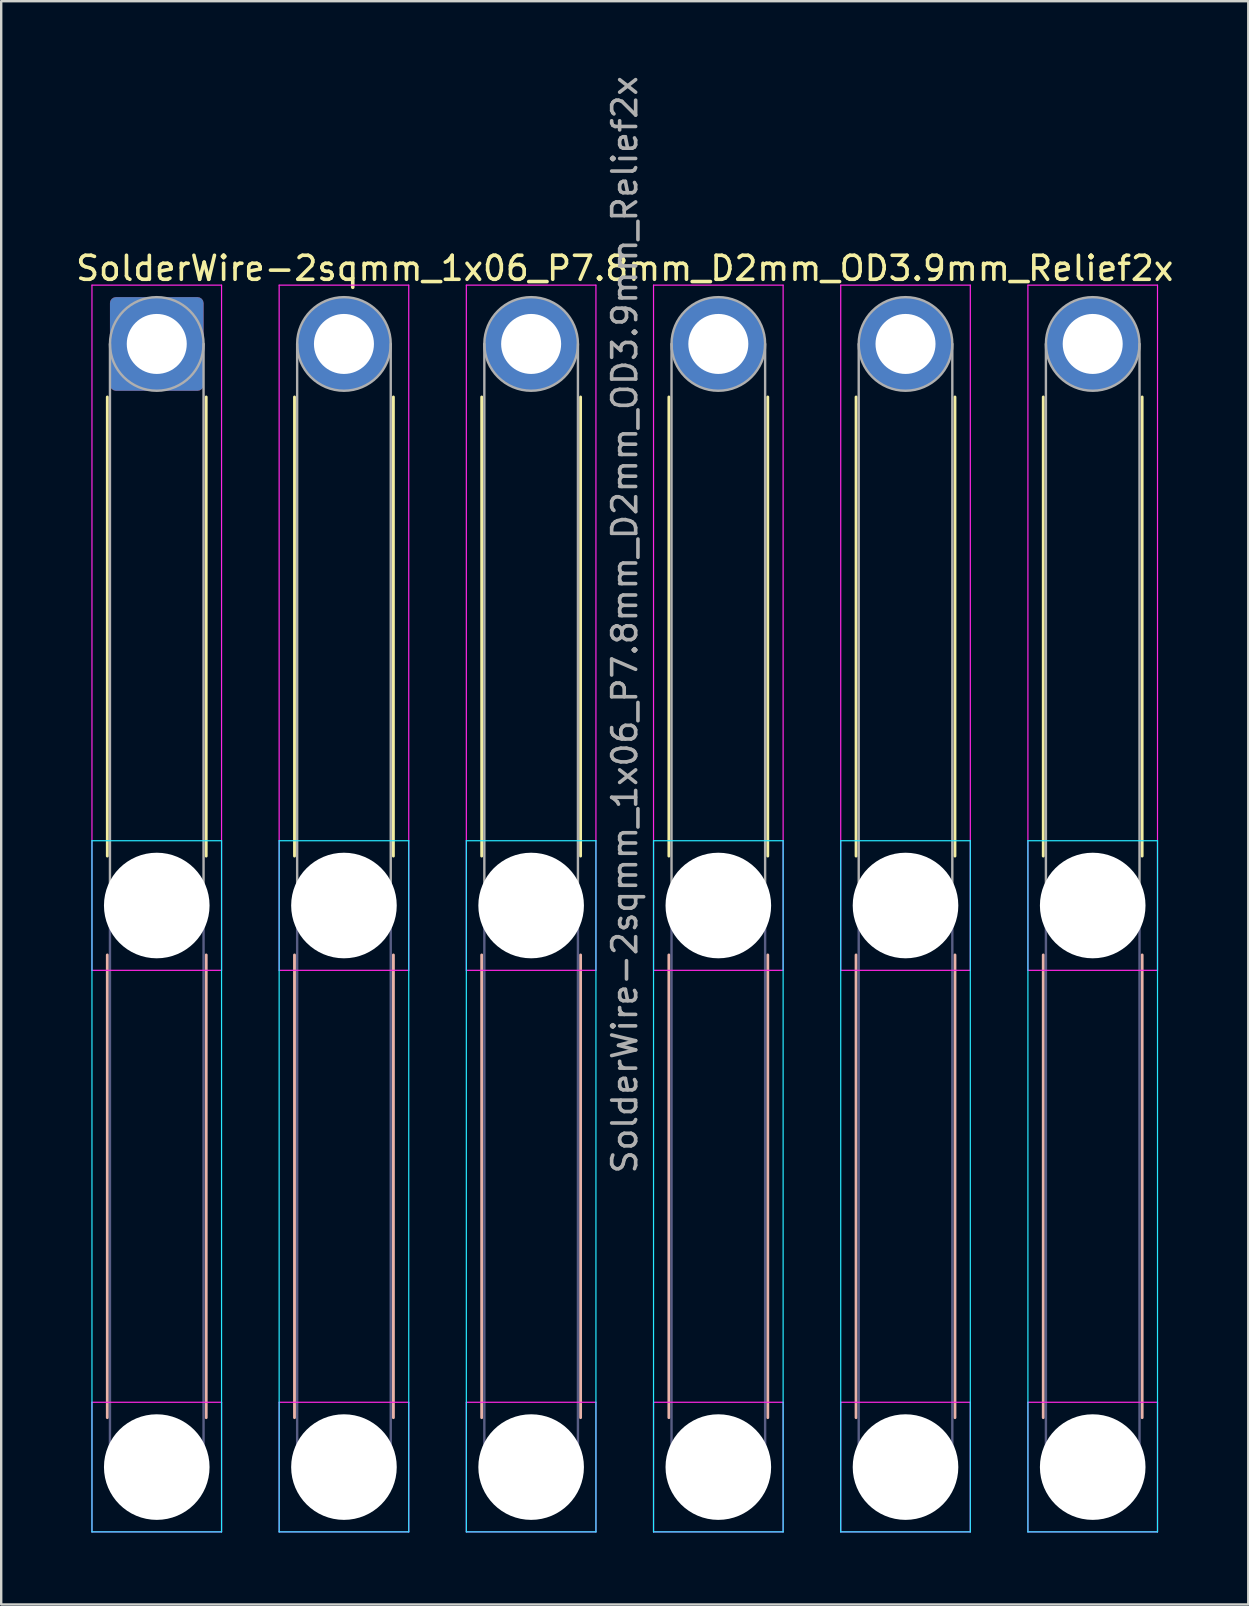
<source format=kicad_pcb>
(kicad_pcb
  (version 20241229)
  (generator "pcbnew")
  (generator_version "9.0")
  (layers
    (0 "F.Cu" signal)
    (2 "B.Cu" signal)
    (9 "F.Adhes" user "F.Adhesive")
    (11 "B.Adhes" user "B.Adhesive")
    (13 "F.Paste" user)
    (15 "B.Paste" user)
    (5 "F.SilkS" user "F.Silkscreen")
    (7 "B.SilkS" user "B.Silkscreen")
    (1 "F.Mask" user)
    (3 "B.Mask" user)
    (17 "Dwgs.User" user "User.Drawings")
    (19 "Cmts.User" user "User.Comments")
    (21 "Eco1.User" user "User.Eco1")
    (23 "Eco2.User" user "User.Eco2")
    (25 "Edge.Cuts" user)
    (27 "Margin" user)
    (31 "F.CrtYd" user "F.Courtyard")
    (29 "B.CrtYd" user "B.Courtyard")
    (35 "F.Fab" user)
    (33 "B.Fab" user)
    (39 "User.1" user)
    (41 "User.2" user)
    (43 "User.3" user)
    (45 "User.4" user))
  (footprint "SolderWire-2sqmm_1x06_P7.8mm_D2mm_OD3.9mm_Relief2x"
    (layer "F.Cu")
    (at 3.482 11.282)
    (property "Reference" "SolderWire-2sqmm_1x06_P7.8mm_D2mm_OD3.9mm_Relief2x" (at 19.5 -3.15 0) (layer "F.SilkS") (effects (font (size 1 1) (thickness 0.15))))
    (attr exclude_from_pos_files exclude_from_bom)
    (fp_line (start -2.06 2.21) (end -2.06 21.34) (stroke (width 0.12) (type solid)) (layer "F.SilkS"))
    (fp_line (start 2.06 2.21) (end 2.06 21.34) (stroke (width 0.12) (type solid)) (layer "F.SilkS"))
    (fp_line (start 5.74 2.21) (end 5.74 21.34) (stroke (width 0.12) (type solid)) (layer "F.SilkS"))
    (fp_line (start 9.86 2.21) (end 9.86 21.34) (stroke (width 0.12) (type solid)) (layer "F.SilkS"))
    (fp_line (start 13.54 2.21) (end 13.54 21.34) (stroke (width 0.12) (type solid)) (layer "F.SilkS"))
    (fp_line (start 17.66 2.21) (end 17.66 21.34) (stroke (width 0.12) (type solid)) (layer "F.SilkS"))
    (fp_line (start 21.34 2.21) (end 21.34 21.34) (stroke (width 0.12) (type solid)) (layer "F.SilkS"))
    (fp_line (start 25.46 2.21) (end 25.46 21.34) (stroke (width 0.12) (type solid)) (layer "F.SilkS"))
    (fp_line (start 29.14 2.21) (end 29.14 21.34) (stroke (width 0.12) (type solid)) (layer "F.SilkS"))
    (fp_line (start 33.26 2.21) (end 33.26 21.34) (stroke (width 0.12) (type solid)) (layer "F.SilkS"))
    (fp_line (start 36.94 2.21) (end 36.94 21.34) (stroke (width 0.12) (type solid)) (layer "F.SilkS"))
    (fp_line (start 41.06 2.21) (end 41.06 21.34) (stroke (width 0.12) (type solid)) (layer "F.SilkS"))
    (fp_line (start -2.06 25.46) (end -2.06 44.74) (stroke (width 0.12) (type solid)) (layer "B.SilkS"))
    (fp_line (start 2.06 25.46) (end 2.06 44.74) (stroke (width 0.12) (type solid)) (layer "B.SilkS"))
    (fp_line (start 5.74 25.46) (end 5.74 44.74) (stroke (width 0.12) (type solid)) (layer "B.SilkS"))
    (fp_line (start 9.86 25.46) (end 9.86 44.74) (stroke (width 0.12) (type solid)) (layer "B.SilkS"))
    (fp_line (start 13.54 25.46) (end 13.54 44.74) (stroke (width 0.12) (type solid)) (layer "B.SilkS"))
    (fp_line (start 17.66 25.46) (end 17.66 44.74) (stroke (width 0.12) (type solid)) (layer "B.SilkS"))
    (fp_line (start 21.34 25.46) (end 21.34 44.74) (stroke (width 0.12) (type solid)) (layer "B.SilkS"))
    (fp_line (start 25.46 25.46) (end 25.46 44.74) (stroke (width 0.12) (type solid)) (layer "B.SilkS"))
    (fp_line (start 29.14 25.46) (end 29.14 44.74) (stroke (width 0.12) (type solid)) (layer "B.SilkS"))
    (fp_line (start 33.26 25.46) (end 33.26 44.74) (stroke (width 0.12) (type solid)) (layer "B.SilkS"))
    (fp_line (start 36.94 25.46) (end 36.94 44.74) (stroke (width 0.12) (type solid)) (layer "B.SilkS"))
    (fp_line (start 41.06 25.46) (end 41.06 44.74) (stroke (width 0.12) (type solid)) (layer "B.SilkS"))
    (fp_line (start -2.7 20.7) (end -2.7 49.5) (stroke (width 0.05) (type solid)) (layer "B.CrtYd"))
    (fp_line (start -2.7 49.5) (end 2.7 49.5) (stroke (width 0.05) (type solid)) (layer "B.CrtYd"))
    (fp_line (start 2.7 20.7) (end -2.7 20.7) (stroke (width 0.05) (type solid)) (layer "B.CrtYd"))
    (fp_line (start 2.7 49.5) (end 2.7 20.7) (stroke (width 0.05) (type solid)) (layer "B.CrtYd"))
    (fp_line (start 5.1 20.7) (end 5.1 49.5) (stroke (width 0.05) (type solid)) (layer "B.CrtYd"))
    (fp_line (start 5.1 49.5) (end 10.5 49.5) (stroke (width 0.05) (type solid)) (layer "B.CrtYd"))
    (fp_line (start 10.5 20.7) (end 5.1 20.7) (stroke (width 0.05) (type solid)) (layer "B.CrtYd"))
    (fp_line (start 10.5 49.5) (end 10.5 20.7) (stroke (width 0.05) (type solid)) (layer "B.CrtYd"))
    (fp_line (start 12.9 20.7) (end 12.9 49.5) (stroke (width 0.05) (type solid)) (layer "B.CrtYd"))
    (fp_line (start 12.9 49.5) (end 18.3 49.5) (stroke (width 0.05) (type solid)) (layer "B.CrtYd"))
    (fp_line (start 18.3 20.7) (end 12.9 20.7) (stroke (width 0.05) (type solid)) (layer "B.CrtYd"))
    (fp_line (start 18.3 49.5) (end 18.3 20.7) (stroke (width 0.05) (type solid)) (layer "B.CrtYd"))
    (fp_line (start 20.7 20.7) (end 20.7 49.5) (stroke (width 0.05) (type solid)) (layer "B.CrtYd"))
    (fp_line (start 20.7 49.5) (end 26.1 49.5) (stroke (width 0.05) (type solid)) (layer "B.CrtYd"))
    (fp_line (start 26.1 20.7) (end 20.7 20.7) (stroke (width 0.05) (type solid)) (layer "B.CrtYd"))
    (fp_line (start 26.1 49.5) (end 26.1 20.7) (stroke (width 0.05) (type solid)) (layer "B.CrtYd"))
    (fp_line (start 28.5 20.7) (end 28.5 49.5) (stroke (width 0.05) (type solid)) (layer "B.CrtYd"))
    (fp_line (start 28.5 49.5) (end 33.9 49.5) (stroke (width 0.05) (type solid)) (layer "B.CrtYd"))
    (fp_line (start 33.9 20.7) (end 28.5 20.7) (stroke (width 0.05) (type solid)) (layer "B.CrtYd"))
    (fp_line (start 33.9 49.5) (end 33.9 20.7) (stroke (width 0.05) (type solid)) (layer "B.CrtYd"))
    (fp_line (start 36.3 20.7) (end 36.3 49.5) (stroke (width 0.05) (type solid)) (layer "B.CrtYd"))
    (fp_line (start 36.3 49.5) (end 41.7 49.5) (stroke (width 0.05) (type solid)) (layer "B.CrtYd"))
    (fp_line (start 41.7 20.7) (end 36.3 20.7) (stroke (width 0.05) (type solid)) (layer "B.CrtYd"))
    (fp_line (start 41.7 49.5) (end 41.7 20.7) (stroke (width 0.05) (type solid)) (layer "B.CrtYd"))
    (fp_line (start -2.7 -2.45) (end -2.7 26.1) (stroke (width 0.05) (type solid)) (layer "F.CrtYd"))
    (fp_line (start -2.7 26.1) (end 2.7 26.1) (stroke (width 0.05) (type solid)) (layer "F.CrtYd"))
    (fp_line (start -2.7 44.1) (end -2.7 49.5) (stroke (width 0.05) (type solid)) (layer "F.CrtYd"))
    (fp_line (start -2.7 49.5) (end 2.7 49.5) (stroke (width 0.05) (type solid)) (layer "F.CrtYd"))
    (fp_line (start 2.7 -2.45) (end -2.7 -2.45) (stroke (width 0.05) (type solid)) (layer "F.CrtYd"))
    (fp_line (start 2.7 26.1) (end 2.7 -2.45) (stroke (width 0.05) (type solid)) (layer "F.CrtYd"))
    (fp_line (start 2.7 44.1) (end -2.7 44.1) (stroke (width 0.05) (type solid)) (layer "F.CrtYd"))
    (fp_line (start 2.7 49.5) (end 2.7 44.1) (stroke (width 0.05) (type solid)) (layer "F.CrtYd"))
    (fp_line (start 5.1 -2.45) (end 5.1 26.1) (stroke (width 0.05) (type solid)) (layer "F.CrtYd"))
    (fp_line (start 5.1 26.1) (end 10.5 26.1) (stroke (width 0.05) (type solid)) (layer "F.CrtYd"))
    (fp_line (start 5.1 44.1) (end 5.1 49.5) (stroke (width 0.05) (type solid)) (layer "F.CrtYd"))
    (fp_line (start 5.1 49.5) (end 10.5 49.5) (stroke (width 0.05) (type solid)) (layer "F.CrtYd"))
    (fp_line (start 10.5 -2.45) (end 5.1 -2.45) (stroke (width 0.05) (type solid)) (layer "F.CrtYd"))
    (fp_line (start 10.5 26.1) (end 10.5 -2.45) (stroke (width 0.05) (type solid)) (layer "F.CrtYd"))
    (fp_line (start 10.5 44.1) (end 5.1 44.1) (stroke (width 0.05) (type solid)) (layer "F.CrtYd"))
    (fp_line (start 10.5 49.5) (end 10.5 44.1) (stroke (width 0.05) (type solid)) (layer "F.CrtYd"))
    (fp_line (start 12.9 -2.45) (end 12.9 26.1) (stroke (width 0.05) (type solid)) (layer "F.CrtYd"))
    (fp_line (start 12.9 26.1) (end 18.3 26.1) (stroke (width 0.05) (type solid)) (layer "F.CrtYd"))
    (fp_line (start 12.9 44.1) (end 12.9 49.5) (stroke (width 0.05) (type solid)) (layer "F.CrtYd"))
    (fp_line (start 12.9 49.5) (end 18.3 49.5) (stroke (width 0.05) (type solid)) (layer "F.CrtYd"))
    (fp_line (start 18.3 -2.45) (end 12.9 -2.45) (stroke (width 0.05) (type solid)) (layer "F.CrtYd"))
    (fp_line (start 18.3 26.1) (end 18.3 -2.45) (stroke (width 0.05) (type solid)) (layer "F.CrtYd"))
    (fp_line (start 18.3 44.1) (end 12.9 44.1) (stroke (width 0.05) (type solid)) (layer "F.CrtYd"))
    (fp_line (start 18.3 49.5) (end 18.3 44.1) (stroke (width 0.05) (type solid)) (layer "F.CrtYd"))
    (fp_line (start 20.7 -2.45) (end 20.7 26.1) (stroke (width 0.05) (type solid)) (layer "F.CrtYd"))
    (fp_line (start 20.7 26.1) (end 26.1 26.1) (stroke (width 0.05) (type solid)) (layer "F.CrtYd"))
    (fp_line (start 20.7 44.1) (end 20.7 49.5) (stroke (width 0.05) (type solid)) (layer "F.CrtYd"))
    (fp_line (start 20.7 49.5) (end 26.1 49.5) (stroke (width 0.05) (type solid)) (layer "F.CrtYd"))
    (fp_line (start 26.1 -2.45) (end 20.7 -2.45) (stroke (width 0.05) (type solid)) (layer "F.CrtYd"))
    (fp_line (start 26.1 26.1) (end 26.1 -2.45) (stroke (width 0.05) (type solid)) (layer "F.CrtYd"))
    (fp_line (start 26.1 44.1) (end 20.7 44.1) (stroke (width 0.05) (type solid)) (layer "F.CrtYd"))
    (fp_line (start 26.1 49.5) (end 26.1 44.1) (stroke (width 0.05) (type solid)) (layer "F.CrtYd"))
    (fp_line (start 28.5 -2.45) (end 28.5 26.1) (stroke (width 0.05) (type solid)) (layer "F.CrtYd"))
    (fp_line (start 28.5 26.1) (end 33.9 26.1) (stroke (width 0.05) (type solid)) (layer "F.CrtYd"))
    (fp_line (start 28.5 44.1) (end 28.5 49.5) (stroke (width 0.05) (type solid)) (layer "F.CrtYd"))
    (fp_line (start 28.5 49.5) (end 33.9 49.5) (stroke (width 0.05) (type solid)) (layer "F.CrtYd"))
    (fp_line (start 33.9 -2.45) (end 28.5 -2.45) (stroke (width 0.05) (type solid)) (layer "F.CrtYd"))
    (fp_line (start 33.9 26.1) (end 33.9 -2.45) (stroke (width 0.05) (type solid)) (layer "F.CrtYd"))
    (fp_line (start 33.9 44.1) (end 28.5 44.1) (stroke (width 0.05) (type solid)) (layer "F.CrtYd"))
    (fp_line (start 33.9 49.5) (end 33.9 44.1) (stroke (width 0.05) (type solid)) (layer "F.CrtYd"))
    (fp_line (start 36.3 -2.45) (end 36.3 26.1) (stroke (width 0.05) (type solid)) (layer "F.CrtYd"))
    (fp_line (start 36.3 26.1) (end 41.7 26.1) (stroke (width 0.05) (type solid)) (layer "F.CrtYd"))
    (fp_line (start 36.3 44.1) (end 36.3 49.5) (stroke (width 0.05) (type solid)) (layer "F.CrtYd"))
    (fp_line (start 36.3 49.5) (end 41.7 49.5) (stroke (width 0.05) (type solid)) (layer "F.CrtYd"))
    (fp_line (start 41.7 -2.45) (end 36.3 -2.45) (stroke (width 0.05) (type solid)) (layer "F.CrtYd"))
    (fp_line (start 41.7 26.1) (end 41.7 -2.45) (stroke (width 0.05) (type solid)) (layer "F.CrtYd"))
    (fp_line (start 41.7 44.1) (end 36.3 44.1) (stroke (width 0.05) (type solid)) (layer "F.CrtYd"))
    (fp_line (start 41.7 49.5) (end 41.7 44.1) (stroke (width 0.05) (type solid)) (layer "F.CrtYd"))
    (fp_line (start -1.95 23.4) (end -1.95 46.8) (stroke (width 0.1) (type solid)) (layer "B.Fab"))
    (fp_line (start 1.95 23.4) (end 1.95 46.8) (stroke (width 0.1) (type solid)) (layer "B.Fab"))
    (fp_line (start 5.85 23.4) (end 5.85 46.8) (stroke (width 0.1) (type solid)) (layer "B.Fab"))
    (fp_line (start 9.75 23.4) (end 9.75 46.8) (stroke (width 0.1) (type solid)) (layer "B.Fab"))
    (fp_line (start 13.65 23.4) (end 13.65 46.8) (stroke (width 0.1) (type solid)) (layer "B.Fab"))
    (fp_line (start 17.55 23.4) (end 17.55 46.8) (stroke (width 0.1) (type solid)) (layer "B.Fab"))
    (fp_line (start 21.45 23.4) (end 21.45 46.8) (stroke (width 0.1) (type solid)) (layer "B.Fab"))
    (fp_line (start 25.35 23.4) (end 25.35 46.8) (stroke (width 0.1) (type solid)) (layer "B.Fab"))
    (fp_line (start 29.25 23.4) (end 29.25 46.8) (stroke (width 0.1) (type solid)) (layer "B.Fab"))
    (fp_line (start 33.15 23.4) (end 33.15 46.8) (stroke (width 0.1) (type solid)) (layer "B.Fab"))
    (fp_line (start 37.05 23.4) (end 37.05 46.8) (stroke (width 0.1) (type solid)) (layer "B.Fab"))
    (fp_line (start 40.95 23.4) (end 40.95 46.8) (stroke (width 0.1) (type solid)) (layer "B.Fab"))
    (fp_circle (center 0 23.4) (end 1.95 23.4) (stroke (width 0.1) (type solid)) (fill no) (layer "B.Fab"))
    (fp_circle (center 0 46.8) (end 1.95 46.8) (stroke (width 0.1) (type solid)) (fill no) (layer "B.Fab"))
    (fp_circle (center 7.8 23.4) (end 9.75 23.4) (stroke (width 0.1) (type solid)) (fill no) (layer "B.Fab"))
    (fp_circle (center 7.8 46.8) (end 9.75 46.8) (stroke (width 0.1) (type solid)) (fill no) (layer "B.Fab"))
    (fp_circle (center 15.6 23.4) (end 17.55 23.4) (stroke (width 0.1) (type solid)) (fill no) (layer "B.Fab"))
    (fp_circle (center 15.6 46.8) (end 17.55 46.8) (stroke (width 0.1) (type solid)) (fill no) (layer "B.Fab"))
    (fp_circle (center 23.4 23.4) (end 25.35 23.4) (stroke (width 0.1) (type solid)) (fill no) (layer "B.Fab"))
    (fp_circle (center 23.4 46.8) (end 25.35 46.8) (stroke (width 0.1) (type solid)) (fill no) (layer "B.Fab"))
    (fp_circle (center 31.2 23.4) (end 33.15 23.4) (stroke (width 0.1) (type solid)) (fill no) (layer "B.Fab"))
    (fp_circle (center 31.2 46.8) (end 33.15 46.8) (stroke (width 0.1) (type solid)) (fill no) (layer "B.Fab"))
    (fp_circle (center 39 23.4) (end 40.95 23.4) (stroke (width 0.1) (type solid)) (fill no) (layer "B.Fab"))
    (fp_circle (center 39 46.8) (end 40.95 46.8) (stroke (width 0.1) (type solid)) (fill no) (layer "B.Fab"))
    (fp_line (start -1.95 0) (end -1.95 23.4) (stroke (width 0.1) (type solid)) (layer "F.Fab"))
    (fp_line (start 1.95 0) (end 1.95 23.4) (stroke (width 0.1) (type solid)) (layer "F.Fab"))
    (fp_line (start 5.85 0) (end 5.85 23.4) (stroke (width 0.1) (type solid)) (layer "F.Fab"))
    (fp_line (start 9.75 0) (end 9.75 23.4) (stroke (width 0.1) (type solid)) (layer "F.Fab"))
    (fp_line (start 13.65 0) (end 13.65 23.4) (stroke (width 0.1) (type solid)) (layer "F.Fab"))
    (fp_line (start 17.55 0) (end 17.55 23.4) (stroke (width 0.1) (type solid)) (layer "F.Fab"))
    (fp_line (start 21.45 0) (end 21.45 23.4) (stroke (width 0.1) (type solid)) (layer "F.Fab"))
    (fp_line (start 25.35 0) (end 25.35 23.4) (stroke (width 0.1) (type solid)) (layer "F.Fab"))
    (fp_line (start 29.25 0) (end 29.25 23.4) (stroke (width 0.1) (type solid)) (layer "F.Fab"))
    (fp_line (start 33.15 0) (end 33.15 23.4) (stroke (width 0.1) (type solid)) (layer "F.Fab"))
    (fp_line (start 37.05 0) (end 37.05 23.4) (stroke (width 0.1) (type solid)) (layer "F.Fab"))
    (fp_line (start 40.95 0) (end 40.95 23.4) (stroke (width 0.1) (type solid)) (layer "F.Fab"))
    (fp_circle (center 0 0) (end 1.95 0) (stroke (width 0.1) (type solid)) (fill no) (layer "F.Fab"))
    (fp_circle (center 0 23.4) (end 1.95 23.4) (stroke (width 0.1) (type solid)) (fill no) (layer "F.Fab"))
    (fp_circle (center 0 46.8) (end 1.95 46.8) (stroke (width 0.1) (type solid)) (fill no) (layer "F.Fab"))
    (fp_circle (center 7.8 0) (end 9.75 0) (stroke (width 0.1) (type solid)) (fill no) (layer "F.Fab"))
    (fp_circle (center 7.8 23.4) (end 9.75 23.4) (stroke (width 0.1) (type solid)) (fill no) (layer "F.Fab"))
    (fp_circle (center 7.8 46.8) (end 9.75 46.8) (stroke (width 0.1) (type solid)) (fill no) (layer "F.Fab"))
    (fp_circle (center 15.6 0) (end 17.55 0) (stroke (width 0.1) (type solid)) (fill no) (layer "F.Fab"))
    (fp_circle (center 15.6 23.4) (end 17.55 23.4) (stroke (width 0.1) (type solid)) (fill no) (layer "F.Fab"))
    (fp_circle (center 15.6 46.8) (end 17.55 46.8) (stroke (width 0.1) (type solid)) (fill no) (layer "F.Fab"))
    (fp_circle (center 23.4 0) (end 25.35 0) (stroke (width 0.1) (type solid)) (fill no) (layer "F.Fab"))
    (fp_circle (center 23.4 23.4) (end 25.35 23.4) (stroke (width 0.1) (type solid)) (fill no) (layer "F.Fab"))
    (fp_circle (center 23.4 46.8) (end 25.35 46.8) (stroke (width 0.1) (type solid)) (fill no) (layer "F.Fab"))
    (fp_circle (center 31.2 0) (end 33.15 0) (stroke (width 0.1) (type solid)) (fill no) (layer "F.Fab"))
    (fp_circle (center 31.2 23.4) (end 33.15 23.4) (stroke (width 0.1) (type solid)) (fill no) (layer "F.Fab"))
    (fp_circle (center 31.2 46.8) (end 33.15 46.8) (stroke (width 0.1) (type solid)) (fill no) (layer "F.Fab"))
    (fp_circle (center 39 0) (end 40.95 0) (stroke (width 0.1) (type solid)) (fill no) (layer "F.Fab"))
    (fp_circle (center 39 23.4) (end 40.95 23.4) (stroke (width 0.1) (type solid)) (fill no) (layer "F.Fab"))
    (fp_circle (center 39 46.8) (end 40.95 46.8) (stroke (width 0.1) (type solid)) (fill no) (layer "F.Fab"))
    (fp_text user "${REFERENCE}" (at 19.5 11.7 90) (layer "F.Fab") (effects (font (size 1 1) (thickness 0.15))))
    (pad "" np_thru_hole circle (at 0 23.4) (size 4.4 4.4) (drill 4.4) (layers "*.Cu" "*.Mask"))
    (pad "" np_thru_hole circle (at 0 46.8) (size 4.4 4.4) (drill 4.4) (layers "*.Cu" "*.Mask"))
    (pad "" np_thru_hole circle (at 7.8 23.4) (size 4.4 4.4) (drill 4.4) (layers "*.Cu" "*.Mask"))
    (pad "" np_thru_hole circle (at 7.8 46.8) (size 4.4 4.4) (drill 4.4) (layers "*.Cu" "*.Mask"))
    (pad "" np_thru_hole circle (at 15.6 23.4) (size 4.4 4.4) (drill 4.4) (layers "*.Cu" "*.Mask"))
    (pad "" np_thru_hole circle (at 15.6 46.8) (size 4.4 4.4) (drill 4.4) (layers "*.Cu" "*.Mask"))
    (pad "" np_thru_hole circle (at 23.4 23.4) (size 4.4 4.4) (drill 4.4) (layers "*.Cu" "*.Mask"))
    (pad "" np_thru_hole circle (at 23.4 46.8) (size 4.4 4.4) (drill 4.4) (layers "*.Cu" "*.Mask"))
    (pad "" np_thru_hole circle (at 31.2 23.4) (size 4.4 4.4) (drill 4.4) (layers "*.Cu" "*.Mask"))
    (pad "" np_thru_hole circle (at 31.2 46.8) (size 4.4 4.4) (drill 4.4) (layers "*.Cu" "*.Mask"))
    (pad "" np_thru_hole circle (at 39 23.4) (size 4.4 4.4) (drill 4.4) (layers "*.Cu" "*.Mask"))
    (pad "" np_thru_hole circle (at 39 46.8) (size 4.4 4.4) (drill 4.4) (layers "*.Cu" "*.Mask"))
    (pad "1" thru_hole roundrect (at 0 0) (size 3.9 3.9) (drill 2.5) (layers "*.Cu" "*.Mask") (roundrect_rratio 0.064))
    (pad "2" thru_hole circle (at 7.8 0) (size 3.9 3.9) (drill 2.5) (layers "*.Cu" "*.Mask"))
    (pad "3" thru_hole circle (at 15.6 0) (size 3.9 3.9) (drill 2.5) (layers "*.Cu" "*.Mask"))
    (pad "4" thru_hole circle (at 23.4 0) (size 3.9 3.9) (drill 2.5) (layers "*.Cu" "*.Mask"))
    (pad "5" thru_hole circle (at 31.2 0) (size 3.9 3.9) (drill 2.5) (layers "*.Cu" "*.Mask"))
    (pad "6" thru_hole circle (at 39 0) (size 3.9 3.9) (drill 2.5) (layers "*.Cu" "*.Mask")))
  (gr_rect
    (start -3 -3)
    (end 48.964 63.807)
    (stroke (width 0.1) (type default))
    (fill no)
    (layer "Edge.Cuts")))
</source>
